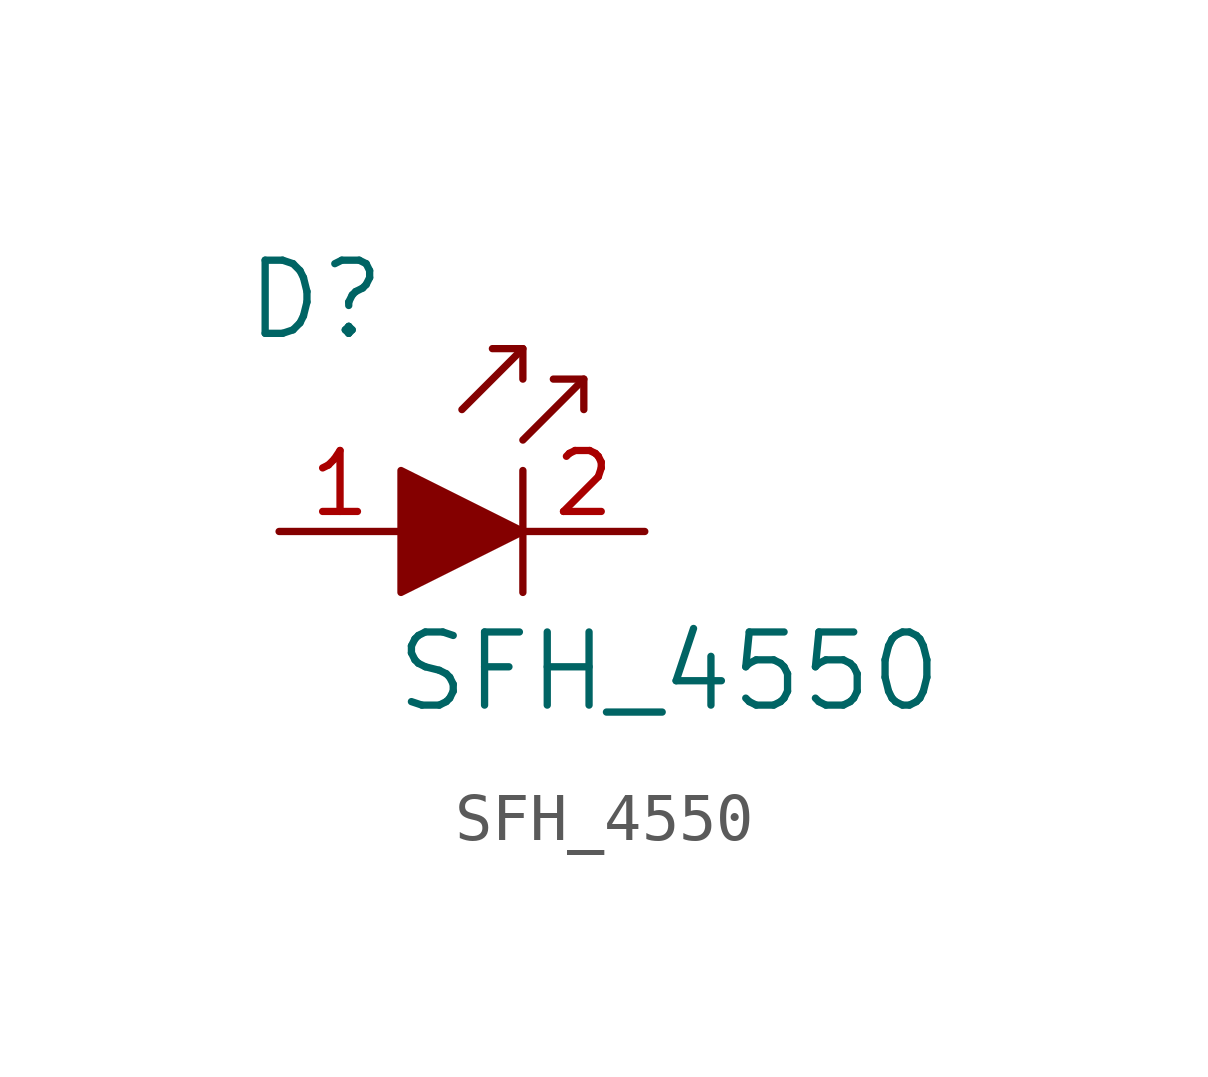
<source format=kicad_sym>
(kicad_symbol_lib
  (version 20220914)
  (generator kicad_symbol_editor)
  (symbol "SFH_4550"
    (pin_names
      (offset 0))
    (property "Reference" "D"
      (at -1.778 4.826 0)
      (effects (font (size 1.524 1.524))))
    (property "Value" "SFH_4550"
      (at 5.588 -2.921 0)
      (effects (font (size 1.524 1.524))))
    (symbol "SFH_4550_0_1"
      (polyline (pts (xy 2.54 1.27) (xy 2.54 -1.27)) (stroke (width 0) (type default)) (fill (type none)))
      (polyline (pts (xy 2.54 3.81) (xy 1.27 2.54)) (stroke (width 0) (type default)) (fill (type none)))
      (polyline (pts (xy 3.81 3.175) (xy 2.54 1.905)) (stroke (width 0) (type default)) (fill (type none)))
      (polyline (pts (xy 1.905 3.81) (xy 2.54 3.81) (xy 2.54 3.175)) (stroke (width 0) (type default)) (fill (type none)))
      (polyline (pts (xy 3.175 3.175) (xy 3.81 3.175) (xy 3.81 2.54)) (stroke (width 0) (type default)) (fill (type none)))
      (polyline (pts (xy 0 1.27) (xy 0 -1.27) (xy 2.54 0) (xy 0 1.27)) (stroke (width 0) (type default)) (fill (type outline))))
    (symbol "SFH_4550_1_1"
      (pin passive line (at -2.54 0 0) (length 2.54) (name "~" (effects (font (size 1.27 1.27)))) (number "1" (effects (font (size 1.27 1.27)))))
      (pin passive line (at 5.08 0 180) (length 2.54) (name "~" (effects (font (size 1.27 1.27)))) (number "2" (effects (font (size 1.27 1.27))))))))
</source>
